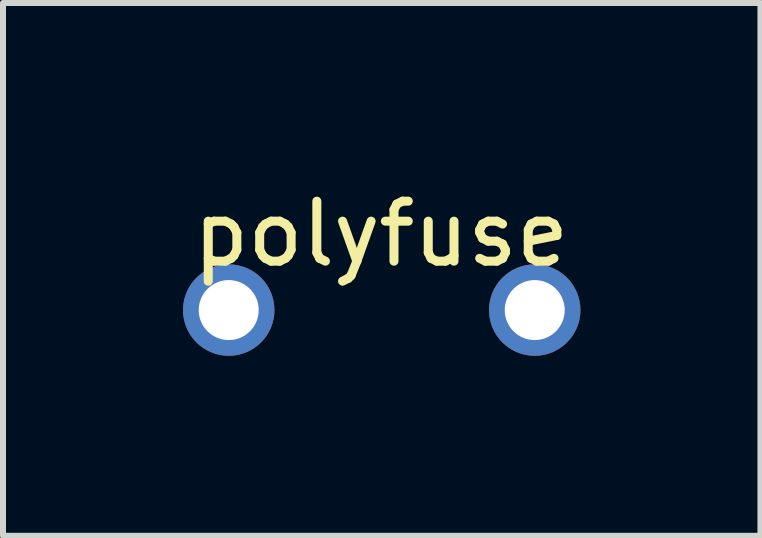
<source format=kicad_pcb>
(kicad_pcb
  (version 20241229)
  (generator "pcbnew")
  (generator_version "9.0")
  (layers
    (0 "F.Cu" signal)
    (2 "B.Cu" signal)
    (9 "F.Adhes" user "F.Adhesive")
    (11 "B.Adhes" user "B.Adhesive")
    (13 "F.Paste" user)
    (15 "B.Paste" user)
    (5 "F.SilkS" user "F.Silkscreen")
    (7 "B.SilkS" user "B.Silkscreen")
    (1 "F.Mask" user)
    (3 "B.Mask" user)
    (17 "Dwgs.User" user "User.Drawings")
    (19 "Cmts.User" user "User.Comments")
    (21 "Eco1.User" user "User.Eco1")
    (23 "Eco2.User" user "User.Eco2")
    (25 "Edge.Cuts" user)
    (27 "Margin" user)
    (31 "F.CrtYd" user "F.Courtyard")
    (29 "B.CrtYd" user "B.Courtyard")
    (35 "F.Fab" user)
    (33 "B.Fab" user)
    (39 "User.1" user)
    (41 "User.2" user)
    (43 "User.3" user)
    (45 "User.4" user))
  (footprint "polyfuse"
    (layer "F.Cu")
    (at 0.762 2.118)
    (property "Reference" "polyfuse" (at 2.54 -1.27 0) (layer "F.SilkS") (effects (font (size 1 1) (thickness 0.15))))
    (attr through_hole)
    (pad "1" thru_hole circle (at 0 0) (size 1.524 1.524) (drill 1) (layers "*.Cu" "*.Mask"))
    (pad "2" thru_hole circle (at 5.1 0) (size 1.524 1.524) (drill 1) (layers "*.Cu" "*.Mask")))
  (gr_rect
    (start -3 -3)
    (end 9.624 5.88)
    (stroke (width 0.1) (type default))
    (fill no)
    (layer "Edge.Cuts")))
</source>
